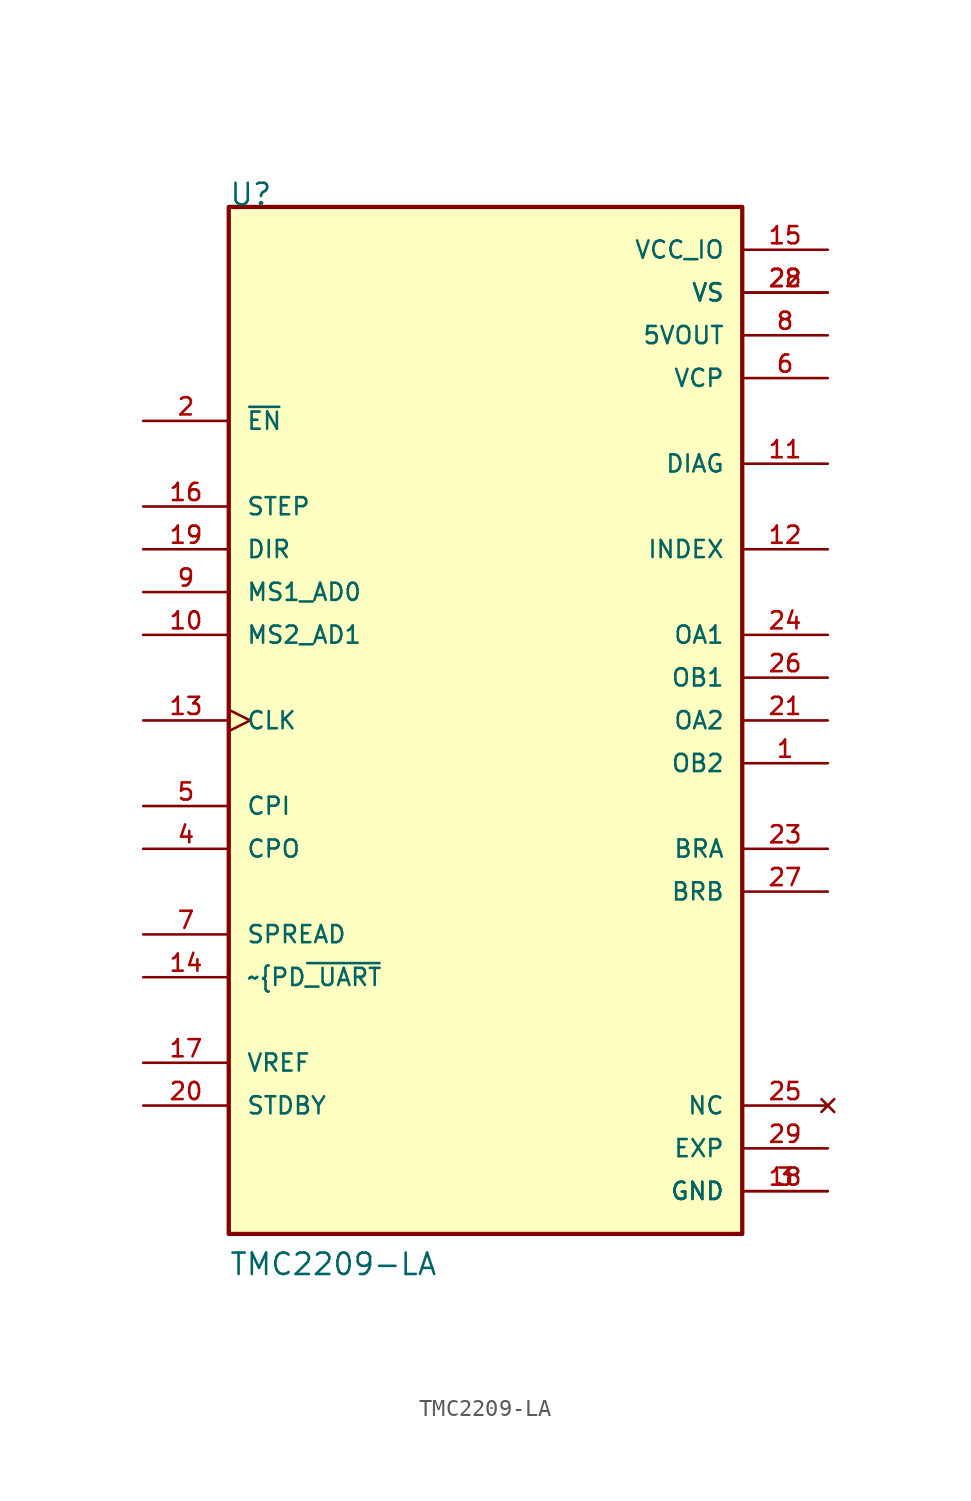
<source format=kicad_sym>
(kicad_symbol_lib
  (version 20211014)
  (generator kicad_symbol_editor)
  (symbol "TMC2209-LA"
    (pin_names
      (offset 1.016))
    (property "Reference" "U"
      (at -15.24 30.48 0)
      (effects (font (size 1.27 1.27)) (justify bottom left)))
    (property "Value" "TMC2209-LA"
      (at -15.24 -33.02 0)
      (effects (font (size 1.27 1.27)) (justify bottom left)))
    (symbol "TMC2209-LA_0_0"
      (rectangle (start -15.24 -30.48) (end 15.24 30.48) (stroke (width 0.254)) (fill (type background)))
      (pin output line (at 20.32 -2.54 180.0) (length 5.08) (name "OB2" (effects (font (size 1.016 1.016)))) (number "1" (effects (font (size 1.016 1.016)))))
      (pin input line (at -20.32 17.78 0) (length 5.08) (name "~{EN}" (effects (font (size 1.016 1.016)))) (number "2" (effects (font (size 1.016 1.016)))))
      (pin power_in line (at 20.32 -27.94 180.0) (length 5.08) (name "GND" (effects (font (size 1.016 1.016)))) (number "3" (effects (font (size 1.016 1.016)))))
      (pin power_in line (at 20.32 -27.94 180.0) (length 5.08) (name "GND" (effects (font (size 1.016 1.016)))) (number "18" (effects (font (size 1.016 1.016)))))
      (pin output line (at -20.32 -7.62 0) (length 5.08) (name "CPO" (effects (font (size 1.016 1.016)))) (number "4" (effects (font (size 1.016 1.016)))))
      (pin input line (at -20.32 -5.08 0) (length 5.08) (name "CPI" (effects (font (size 1.016 1.016)))) (number "5" (effects (font (size 1.016 1.016)))))
      (pin power_in line (at 20.32 20.32 180.0) (length 5.08) (name "VCP" (effects (font (size 1.016 1.016)))) (number "6" (effects (font (size 1.016 1.016)))))
      (pin power_in line (at 20.32 22.86 180.0) (length 5.08) (name "5VOUT" (effects (font (size 1.016 1.016)))) (number "8" (effects (font (size 1.016 1.016)))))
      (pin input line (at -20.32 -12.7 0) (length 5.08) (name "SPREAD" (effects (font (size 1.016 1.016)))) (number "7" (effects (font (size 1.016 1.016)))))
      (pin input line (at -20.32 7.62 0) (length 5.08) (name "MS1_AD0" (effects (font (size 1.016 1.016)))) (number "9" (effects (font (size 1.016 1.016)))))
      (pin output line (at 20.32 15.24 180.0) (length 5.08) (name "DIAG" (effects (font (size 1.016 1.016)))) (number "11" (effects (font (size 1.016 1.016)))))
      (pin input line (at -20.32 5.08 0) (length 5.08) (name "MS2_AD1" (effects (font (size 1.016 1.016)))) (number "10" (effects (font (size 1.016 1.016)))))
      (pin output line (at 20.32 10.16 180.0) (length 5.08) (name "INDEX" (effects (font (size 1.016 1.016)))) (number "12" (effects (font (size 1.016 1.016)))))
      (pin input clock (at -20.32 0.0 0) (length 5.08) (name "CLK" (effects (font (size 1.016 1.016)))) (number "13" (effects (font (size 1.016 1.016)))))
      (pin bidirectional line (at -20.32 -15.24 0) (length 5.08) (name "~{PD~{_UART}" (effects (font (size 1.016 1.016)))) (number "14" (effects (font (size 1.016 1.016)))))
      (pin power_in line (at 20.32 27.94 180.0) (length 5.08) (name "VCC_IO" (effects (font (size 1.016 1.016)))) (number "15" (effects (font (size 1.016 1.016)))))
      (pin input line (at -20.32 12.7 0) (length 5.08) (name "STEP" (effects (font (size 1.016 1.016)))) (number "16" (effects (font (size 1.016 1.016)))))
      (pin input line (at -20.32 10.16 0) (length 5.08) (name "DIR" (effects (font (size 1.016 1.016)))) (number "19" (effects (font (size 1.016 1.016)))))
      (pin input line (at -20.32 -20.32 0) (length 5.08) (name "VREF" (effects (font (size 1.016 1.016)))) (number "17" (effects (font (size 1.016 1.016)))))
      (pin input line (at -20.32 -22.86 0) (length 5.08) (name "STDBY" (effects (font (size 1.016 1.016)))) (number "20" (effects (font (size 1.016 1.016)))))
      (pin output line (at 20.32 0.0 180.0) (length 5.08) (name "OA2" (effects (font (size 1.016 1.016)))) (number "21" (effects (font (size 1.016 1.016)))))
      (pin power_in line (at 20.32 25.4 180.0) (length 5.08) (name "VS" (effects (font (size 1.016 1.016)))) (number "22" (effects (font (size 1.016 1.016)))))
      (pin power_in line (at 20.32 25.4 180.0) (length 5.08) (name "VS" (effects (font (size 1.016 1.016)))) (number "28" (effects (font (size 1.016 1.016)))))
      (pin bidirectional line (at 20.32 -7.62 180.0) (length 5.08) (name "BRA" (effects (font (size 1.016 1.016)))) (number "23" (effects (font (size 1.016 1.016)))))
      (pin output line (at 20.32 5.08 180.0) (length 5.08) (name "OA1" (effects (font (size 1.016 1.016)))) (number "24" (effects (font (size 1.016 1.016)))))
      (pin output line (at 20.32 2.54 180.0) (length 5.08) (name "OB1" (effects (font (size 1.016 1.016)))) (number "26" (effects (font (size 1.016 1.016)))))
      (pin bidirectional line (at 20.32 -10.16 180.0) (length 5.08) (name "BRB" (effects (font (size 1.016 1.016)))) (number "27" (effects (font (size 1.016 1.016)))))
      (pin no_connect line (at 20.32 -22.86 180.0) (length 5.08) (name "NC" (effects (font (size 1.016 1.016)))) (number "25" (effects (font (size 1.016 1.016)))))
      (pin power_in line (at 20.32 -25.4 180.0) (length 5.08) (name "EXP" (effects (font (size 1.016 1.016)))) (number "29" (effects (font (size 1.016 1.016))))))))
</source>
